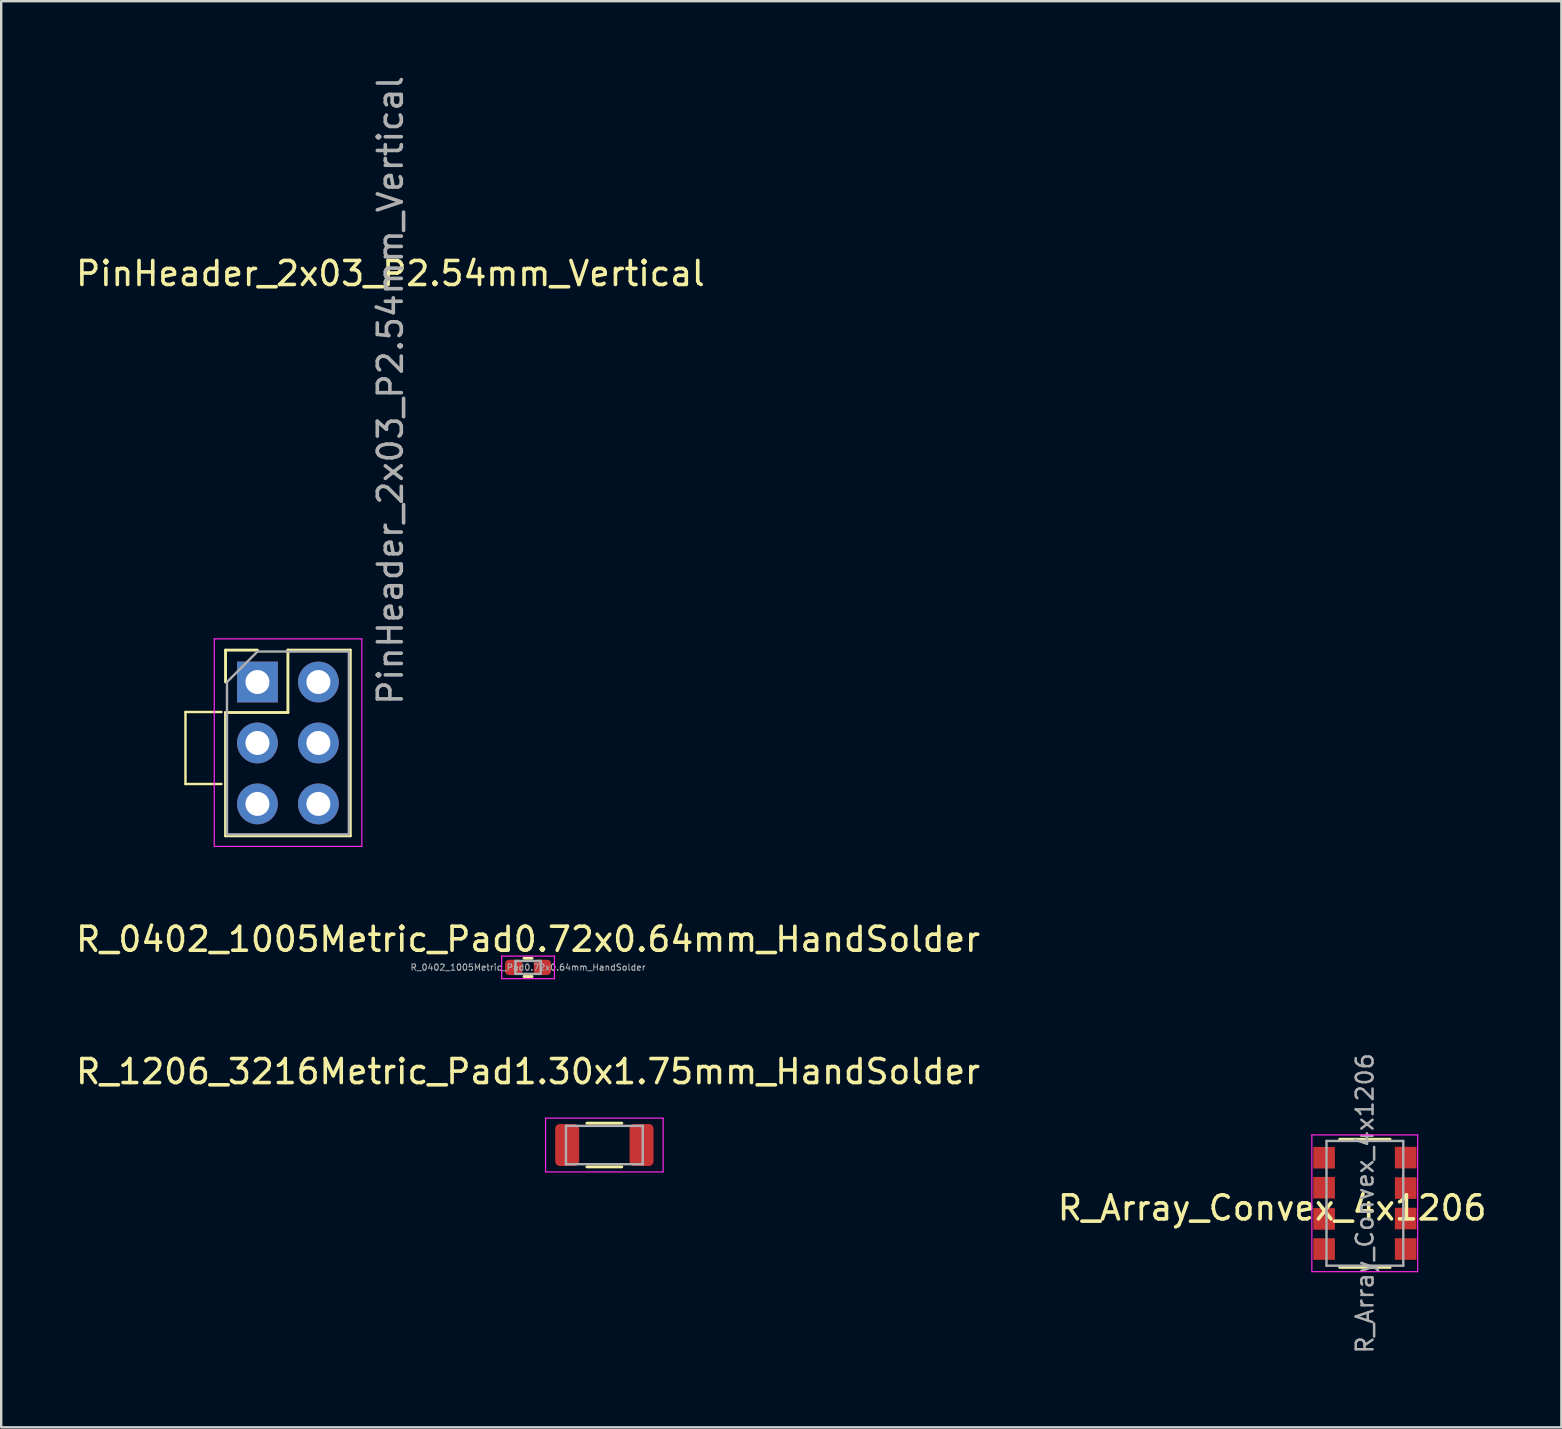
<source format=kicad_pcb>
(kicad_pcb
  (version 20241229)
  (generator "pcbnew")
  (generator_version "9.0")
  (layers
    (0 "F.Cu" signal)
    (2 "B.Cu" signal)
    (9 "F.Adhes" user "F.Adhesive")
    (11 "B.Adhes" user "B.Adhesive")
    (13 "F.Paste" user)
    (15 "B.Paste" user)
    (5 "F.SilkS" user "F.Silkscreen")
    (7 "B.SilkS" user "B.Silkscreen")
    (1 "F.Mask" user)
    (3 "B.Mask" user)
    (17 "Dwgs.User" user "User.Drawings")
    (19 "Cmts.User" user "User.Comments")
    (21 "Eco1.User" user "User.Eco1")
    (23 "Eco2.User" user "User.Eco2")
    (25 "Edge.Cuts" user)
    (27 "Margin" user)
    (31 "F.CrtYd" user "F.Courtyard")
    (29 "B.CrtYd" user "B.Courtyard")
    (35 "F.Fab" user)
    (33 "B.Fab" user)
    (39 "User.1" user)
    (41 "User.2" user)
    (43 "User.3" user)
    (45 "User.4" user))
  (footprint "PinHeader_2x03_P2.54mm_Vertical"
    (layer "F.Cu")
    (at 7.68 25.375)
    (property "Reference" "PinHeader_2x03_P2.54mm_Vertical" (at 5.54 -17.025 0) (layer "F.SilkS") (effects (font (size 1 1) (thickness 0.15))))
    (attr through_hole)
    (fp_line (start -3 1.25) (end -3 4.25) (stroke (width 0.1) (type default)) (layer "F.SilkS"))
    (fp_line (start -3 4.25) (end -1.5 4.25) (stroke (width 0.1) (type default)) (layer "F.SilkS"))
    (fp_line (start -1.5 1.25) (end -3 1.25) (stroke (width 0.1) (type default)) (layer "F.SilkS"))
    (fp_line (start -1.33 -1.33) (end 0 -1.33) (stroke (width 0.12) (type solid)) (layer "F.SilkS"))
    (fp_line (start -1.33 0) (end -1.33 -1.33) (stroke (width 0.12) (type solid)) (layer "F.SilkS"))
    (fp_line (start -1.33 1.27) (end -1.33 6.41) (stroke (width 0.12) (type solid)) (layer "F.SilkS"))
    (fp_line (start -1.33 1.27) (end 1.27 1.27) (stroke (width 0.12) (type solid)) (layer "F.SilkS"))
    (fp_line (start -1.33 6.41) (end 3.87 6.41) (stroke (width 0.12) (type solid)) (layer "F.SilkS"))
    (fp_line (start 1.27 -1.33) (end 3.87 -1.33) (stroke (width 0.12) (type solid)) (layer "F.SilkS"))
    (fp_line (start 1.27 1.27) (end 1.27 -1.33) (stroke (width 0.12) (type solid)) (layer "F.SilkS"))
    (fp_line (start 3.87 -1.33) (end 3.87 6.41) (stroke (width 0.12) (type solid)) (layer "F.SilkS"))
    (fp_line (start -1.8 -1.8) (end -1.8 6.85) (stroke (width 0.05) (type solid)) (layer "F.CrtYd"))
    (fp_line (start -1.8 6.85) (end 4.35 6.85) (stroke (width 0.05) (type solid)) (layer "F.CrtYd"))
    (fp_line (start 4.35 -1.8) (end -1.8 -1.8) (stroke (width 0.05) (type solid)) (layer "F.CrtYd"))
    (fp_line (start 4.35 6.85) (end 4.35 -1.8) (stroke (width 0.05) (type solid)) (layer "F.CrtYd"))
    (fp_line (start -1.27 0) (end 0 -1.27) (stroke (width 0.1) (type solid)) (layer "F.Fab"))
    (fp_line (start -1.27 6.35) (end -1.27 0) (stroke (width 0.1) (type solid)) (layer "F.Fab"))
    (fp_line (start 0 -1.27) (end 3.81 -1.27) (stroke (width 0.1) (type solid)) (layer "F.Fab"))
    (fp_line (start 3.81 -1.27) (end 3.81 6.35) (stroke (width 0.1) (type solid)) (layer "F.Fab"))
    (fp_line (start 3.81 6.35) (end -1.27 6.35) (stroke (width 0.1) (type solid)) (layer "F.Fab"))
    (fp_text user "${REFERENCE}" (at 5.54 -12.155 90) (layer "F.Fab") (effects (font (size 1 1) (thickness 0.15))))
    (pad "1" thru_hole rect (at 0 0) (size 1.7 1.7) (drill 1) (layers "*.Cu" "*.Mask"))
    (pad "2" thru_hole oval (at 2.54 0) (size 1.7 1.7) (drill 1) (layers "*.Cu" "*.Mask"))
    (pad "3" thru_hole oval (at 0 2.54) (size 1.7 1.7) (drill 1) (layers "*.Cu" "*.Mask"))
    (pad "4" thru_hole oval (at 2.54 2.54) (size 1.7 1.7) (drill 1) (layers "*.Cu" "*.Mask"))
    (pad "5" thru_hole oval (at 0 5.08) (size 1.7 1.7) (drill 1) (layers "*.Cu" "*.Mask"))
    (pad "6" thru_hole oval (at 2.54 5.08) (size 1.7 1.7) (drill 1) (layers "*.Cu" "*.Mask")))
  (footprint "R_Array_Convex_4x1206"
    (layer "F.Cu")
    (at 53.835 47.101)
    (property "Reference" "R_Array_Convex_4x1206" (at -3.865 0.194 0) (layer "F.SilkS") (effects (font (size 1 1) (thickness 0.15))))
    (attr smd)
    (fp_line (start 1.05 -2.67) (end -1.05 -2.67) (stroke (width 0.12) (type solid)) (layer "F.SilkS"))
    (fp_line (start 1.05 2.67) (end -1.05 2.67) (stroke (width 0.12) (type solid)) (layer "F.SilkS"))
    (fp_line (start -2.21 -2.85) (end -2.21 2.85) (stroke (width 0.05) (type solid)) (layer "F.CrtYd"))
    (fp_line (start -2.21 -2.85) (end 2.2 -2.85) (stroke (width 0.05) (type solid)) (layer "F.CrtYd"))
    (fp_line (start 2.2 2.85) (end -2.21 2.85) (stroke (width 0.05) (type solid)) (layer "F.CrtYd"))
    (fp_line (start 2.2 2.85) (end 2.2 -2.85) (stroke (width 0.05) (type solid)) (layer "F.CrtYd"))
    (fp_line (start -1.6 -2.6) (end -1.6 2.6) (stroke (width 0.1) (type solid)) (layer "F.Fab"))
    (fp_line (start -1.6 2.6) (end 1.6 2.6) (stroke (width 0.1) (type solid)) (layer "F.Fab"))
    (fp_line (start 1.6 -2.6) (end -1.6 -2.6) (stroke (width 0.1) (type solid)) (layer "F.Fab"))
    (fp_line (start 1.6 2.6) (end 1.6 -2.6) (stroke (width 0.1) (type solid)) (layer "F.Fab"))
    (fp_text user "${REFERENCE}" (at 0 0 270) (layer "F.Fab") (effects (font (size 0.7 0.7) (thickness 0.105))))
    (pad "1" smd rect (at -1.7 -1.9) (size 0.9 0.9) (layers "F.Cu" "F.Mask" "F.Paste"))
    (pad "2" smd rect (at -1.7 -0.65) (size 0.9 0.9) (layers "F.Cu" "F.Mask" "F.Paste"))
    (pad "3" smd rect (at -1.7 0.65) (size 0.9 0.9) (layers "F.Cu" "F.Mask" "F.Paste"))
    (pad "4" smd rect (at -1.7 1.905) (size 0.9 0.9) (layers "F.Cu" "F.Mask" "F.Paste"))
    (pad "5" smd rect (at 1.7 1.905) (size 0.9 0.9) (layers "F.Cu" "F.Mask" "F.Paste"))
    (pad "6" smd rect (at 1.7 0.635) (size 0.9 0.9) (layers "F.Cu" "F.Mask" "F.Paste"))
    (pad "7" smd rect (at 1.7 -0.635) (size 0.9 0.9) (layers "F.Cu" "F.Mask" "F.Paste"))
    (pad "8" smd rect (at 1.7 -1.905) (size 0.9 0.9) (layers "F.Cu" "F.Mask" "F.Paste")))
  (footprint "R_1206_3216Metric_Pad1.30x1.75mm_HandSolder"
    (layer "F.Cu")
    (at 22.138 44.672)
    (property "Reference" "R_1206_3216Metric_Pad1.30x1.75mm_HandSolder" (at -3.18 -3.06 180) (layer "F.SilkS") (effects (font (size 1 1) (thickness 0.15))))
    (attr smd)
    (fp_line (start -0.727 -0.91) (end 0.727 -0.91) (stroke (width 0.12) (type solid)) (layer "F.SilkS"))
    (fp_line (start -0.727 0.91) (end 0.727 0.91) (stroke (width 0.12) (type solid)) (layer "F.SilkS"))
    (fp_line (start -2.45 -1.12) (end 2.45 -1.12) (stroke (width 0.05) (type solid)) (layer "F.CrtYd"))
    (fp_line (start -2.45 1.12) (end -2.45 -1.12) (stroke (width 0.05) (type solid)) (layer "F.CrtYd"))
    (fp_line (start 2.45 -1.12) (end 2.45 1.12) (stroke (width 0.05) (type solid)) (layer "F.CrtYd"))
    (fp_line (start 2.45 1.12) (end -2.45 1.12) (stroke (width 0.05) (type solid)) (layer "F.CrtYd"))
    (fp_line (start -1.6 -0.8) (end 1.6 -0.8) (stroke (width 0.1) (type solid)) (layer "F.Fab"))
    (fp_line (start -1.6 0.8) (end -1.6 -0.8) (stroke (width 0.1) (type solid)) (layer "F.Fab"))
    (fp_line (start 1.6 -0.8) (end 1.6 0.8) (stroke (width 0.1) (type solid)) (layer "F.Fab"))
    (fp_line (start 1.6 0.8) (end -1.6 0.8) (stroke (width 0.1) (type solid)) (layer "F.Fab"))
    (pad "1" smd roundrect (at -1.55 0) (size 1 1.75) (layers "F.Cu" "F.Mask" "F.Paste") (roundrect_rratio 0.192))
    (pad "2" smd roundrect (at 1.55 0) (size 1 1.75) (layers "F.Cu" "F.Mask" "F.Paste") (roundrect_rratio 0.192)))
  (footprint "R_0402_1005Metric_Pad0.72x0.64mm_HandSolder"
    (layer "F.Cu")
    (at 18.958 37.268)
    (property "Reference" "R_0402_1005Metric_Pad0.72x0.64mm_HandSolder" (at 0 -1.17 0) (layer "F.SilkS") (effects (font (size 1 1) (thickness 0.15))))
    (attr smd)
    (fp_line (start -0.168 -0.38) (end 0.168 -0.38) (stroke (width 0.12) (type solid)) (layer "F.SilkS"))
    (fp_line (start -0.168 0.38) (end 0.168 0.38) (stroke (width 0.12) (type solid)) (layer "F.SilkS"))
    (fp_line (start -1.1 -0.47) (end 1.1 -0.47) (stroke (width 0.05) (type solid)) (layer "F.CrtYd"))
    (fp_line (start -1.1 0.47) (end -1.1 -0.47) (stroke (width 0.05) (type solid)) (layer "F.CrtYd"))
    (fp_line (start 1.1 -0.47) (end 1.1 0.47) (stroke (width 0.05) (type solid)) (layer "F.CrtYd"))
    (fp_line (start 1.1 0.47) (end -1.1 0.47) (stroke (width 0.05) (type solid)) (layer "F.CrtYd"))
    (fp_line (start -0.525 -0.27) (end 0.525 -0.27) (stroke (width 0.1) (type solid)) (layer "F.Fab"))
    (fp_line (start -0.525 0.27) (end -0.525 -0.27) (stroke (width 0.1) (type solid)) (layer "F.Fab"))
    (fp_line (start 0.525 -0.27) (end 0.525 0.27) (stroke (width 0.1) (type solid)) (layer "F.Fab"))
    (fp_line (start 0.525 0.27) (end -0.525 0.27) (stroke (width 0.1) (type solid)) (layer "F.Fab"))
    (fp_text user "${REFERENCE}" (at 0 0 0) (layer "F.Fab") (effects (font (size 0.26 0.26) (thickness 0.04))))
    (pad "1" smd roundrect (at -0.598 0) (size 0.715 0.64) (layers "F.Cu" "F.Mask" "F.Paste") (roundrect_rratio 0.25))
    (pad "2" smd roundrect (at 0.598 0) (size 0.715 0.64) (layers "F.Cu" "F.Mask" "F.Paste") (roundrect_rratio 0.25)))
  (gr_rect
    (start -3 -3)
    (end 62.024 56.438)
    (stroke (width 0.1) (type default))
    (fill no)
    (layer "Edge.Cuts")))
</source>
